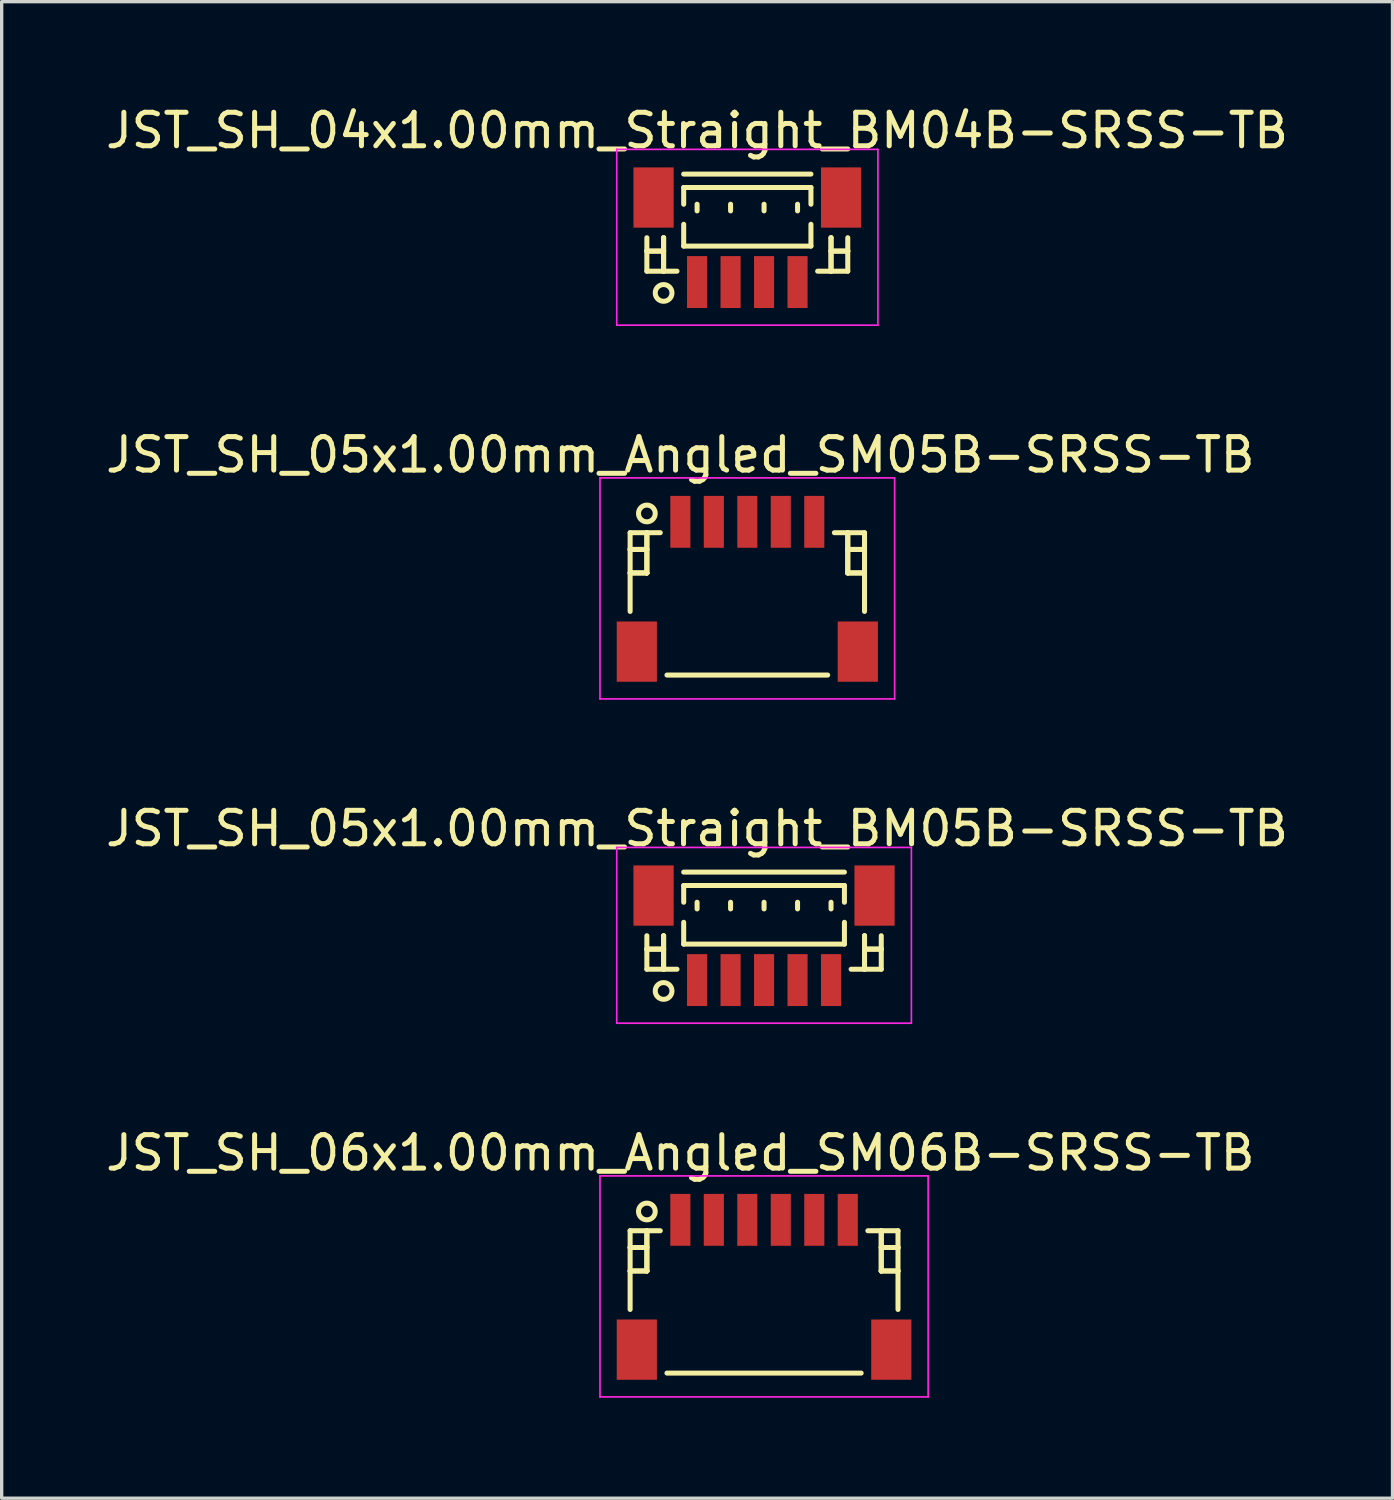
<source format=kicad_pcb>
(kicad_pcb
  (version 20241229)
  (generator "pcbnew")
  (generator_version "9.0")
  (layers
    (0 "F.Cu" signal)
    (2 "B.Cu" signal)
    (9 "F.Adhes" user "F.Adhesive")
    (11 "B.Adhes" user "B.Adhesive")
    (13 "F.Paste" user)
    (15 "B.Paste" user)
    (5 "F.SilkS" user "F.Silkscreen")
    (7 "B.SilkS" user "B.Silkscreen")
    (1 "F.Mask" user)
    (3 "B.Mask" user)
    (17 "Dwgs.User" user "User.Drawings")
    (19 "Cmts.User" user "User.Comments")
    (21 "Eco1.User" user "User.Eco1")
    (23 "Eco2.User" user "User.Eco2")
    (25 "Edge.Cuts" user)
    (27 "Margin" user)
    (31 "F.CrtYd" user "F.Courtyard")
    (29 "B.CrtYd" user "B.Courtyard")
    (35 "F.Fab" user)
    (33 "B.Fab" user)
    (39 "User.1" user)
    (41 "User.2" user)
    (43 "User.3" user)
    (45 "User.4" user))
  (footprint "JST_SH_05x1.00mm_Angled_SM05B-SRSS-TB"
    (layer "F.Cu")
    (at 19.268 14.472)
    (property "Reference" "JST_SH_05x1.00mm_Angled_SM05B-SRSS-TB" (at -2 -3.938 0) (layer "F.SilkS") (effects (font (size 1 1) (thickness 0.15))))
    (attr smd)
    (fp_line (start -3.5 -1.613) (end -2.6 -1.613) (stroke (width 0.15) (type solid)) (layer "F.SilkS"))
    (fp_line (start -3.5 -1.113) (end -3.5 -1.113) (stroke (width 0.15) (type solid)) (layer "F.SilkS"))
    (fp_line (start -3.5 -1.113) (end -3 -1.113) (stroke (width 0.15) (type solid)) (layer "F.SilkS"))
    (fp_line (start -3.5 -0.412) (end -3.5 -0.412) (stroke (width 0.15) (type solid)) (layer "F.SilkS"))
    (fp_line (start -3.5 -0.412) (end -3 -0.412) (stroke (width 0.15) (type solid)) (layer "F.SilkS"))
    (fp_line (start -3.5 0.738) (end -3.5 -1.613) (stroke (width 0.15) (type solid)) (layer "F.SilkS"))
    (fp_line (start -3 -1.613) (end -3 -1.613) (stroke (width 0.15) (type solid)) (layer "F.SilkS"))
    (fp_line (start -3 -1.613) (end -3 -0.412) (stroke (width 0.15) (type solid)) (layer "F.SilkS"))
    (fp_line (start -3 -1.113) (end -3.5 -1.113) (stroke (width 0.15) (type solid)) (layer "F.SilkS"))
    (fp_line (start -3 -1.113) (end -3 -1.113) (stroke (width 0.15) (type solid)) (layer "F.SilkS"))
    (fp_line (start -3 -0.412) (end -3.5 -0.412) (stroke (width 0.15) (type solid)) (layer "F.SilkS"))
    (fp_line (start -3 -0.412) (end -3 -1.613) (stroke (width 0.15) (type solid)) (layer "F.SilkS"))
    (fp_line (start -3 -0.412) (end -3 -0.412) (stroke (width 0.15) (type solid)) (layer "F.SilkS"))
    (fp_line (start -3 -0.412) (end -3 -0.412) (stroke (width 0.15) (type solid)) (layer "F.SilkS"))
    (fp_line (start -2.4 2.638) (end 2.4 2.638) (stroke (width 0.15) (type solid)) (layer "F.SilkS"))
    (fp_line (start 3 -1.613) (end 3 -1.613) (stroke (width 0.15) (type solid)) (layer "F.SilkS"))
    (fp_line (start 3 -1.613) (end 3 -0.412) (stroke (width 0.15) (type solid)) (layer "F.SilkS"))
    (fp_line (start 3 -1.113) (end 3 -1.113) (stroke (width 0.15) (type solid)) (layer "F.SilkS"))
    (fp_line (start 3 -1.113) (end 3.5 -1.113) (stroke (width 0.15) (type solid)) (layer "F.SilkS"))
    (fp_line (start 3 -0.412) (end 3 -1.613) (stroke (width 0.15) (type solid)) (layer "F.SilkS"))
    (fp_line (start 3 -0.412) (end 3 -0.412) (stroke (width 0.15) (type solid)) (layer "F.SilkS"))
    (fp_line (start 3 -0.412) (end 3 -0.412) (stroke (width 0.15) (type solid)) (layer "F.SilkS"))
    (fp_line (start 3 -0.412) (end 3.5 -0.412) (stroke (width 0.15) (type solid)) (layer "F.SilkS"))
    (fp_line (start 3.5 -1.613) (end 2.6 -1.613) (stroke (width 0.15) (type solid)) (layer "F.SilkS"))
    (fp_line (start 3.5 -1.113) (end 3 -1.113) (stroke (width 0.15) (type solid)) (layer "F.SilkS"))
    (fp_line (start 3.5 -1.113) (end 3.5 -1.113) (stroke (width 0.15) (type solid)) (layer "F.SilkS"))
    (fp_line (start 3.5 -0.412) (end 3 -0.412) (stroke (width 0.15) (type solid)) (layer "F.SilkS"))
    (fp_line (start 3.5 -0.412) (end 3.5 -0.412) (stroke (width 0.15) (type solid)) (layer "F.SilkS"))
    (fp_line (start 3.5 0.738) (end 3.5 -1.613) (stroke (width 0.15) (type solid)) (layer "F.SilkS"))
    (fp_circle (center -3 -2.188) (end -2.75 -2.188) (stroke (width 0.15) (type solid)) (fill no) (layer "F.SilkS"))
    (fp_line (start -4.4 -3.25) (end 4.4 -3.25) (stroke (width 0.05) (type solid)) (layer "F.CrtYd"))
    (fp_line (start -4.4 3.35) (end -4.4 -3.25) (stroke (width 0.05) (type solid)) (layer "F.CrtYd"))
    (fp_line (start 4.4 -3.25) (end 4.4 3.35) (stroke (width 0.05) (type solid)) (layer "F.CrtYd"))
    (fp_line (start 4.4 3.35) (end -4.4 3.35) (stroke (width 0.05) (type solid)) (layer "F.CrtYd"))
    (pad "" smd rect (at -3.3 1.938) (size 1.2 1.8) (layers "F.Cu" "F.Mask" "F.Paste"))
    (pad "" smd rect (at 3.3 1.938) (size 1.2 1.8) (layers "F.Cu" "F.Mask" "F.Paste"))
    (pad "1" smd rect (at -2 -1.938) (size 0.6 1.55) (layers "F.Cu" "F.Mask" "F.Paste"))
    (pad "2" smd rect (at -1 -1.938) (size 0.6 1.55) (layers "F.Cu" "F.Mask" "F.Paste"))
    (pad "3" smd rect (at 0 -1.938) (size 0.6 1.55) (layers "F.Cu" "F.Mask" "F.Paste"))
    (pad "4" smd rect (at 1 -1.938) (size 0.6 1.55) (layers "F.Cu" "F.Mask" "F.Paste"))
    (pad "5" smd rect (at 2 -1.938) (size 0.6 1.55) (layers "F.Cu" "F.Mask" "F.Paste")))
  (footprint "JST_SH_06x1.00mm_Angled_SM06B-SRSS-TB"
    (layer "F.Cu")
    (at 19.768 35.318)
    (property "Reference" "JST_SH_06x1.00mm_Angled_SM06B-SRSS-TB" (at -2.5 -3.938 0) (layer "F.SilkS") (effects (font (size 1 1) (thickness 0.15))))
    (attr smd)
    (fp_line (start -4 -1.613) (end -3.1 -1.613) (stroke (width 0.15) (type solid)) (layer "F.SilkS"))
    (fp_line (start -4 -1.113) (end -4 -1.113) (stroke (width 0.15) (type solid)) (layer "F.SilkS"))
    (fp_line (start -4 -1.113) (end -3.5 -1.113) (stroke (width 0.15) (type solid)) (layer "F.SilkS"))
    (fp_line (start -4 -0.412) (end -4 -0.412) (stroke (width 0.15) (type solid)) (layer "F.SilkS"))
    (fp_line (start -4 -0.412) (end -3.5 -0.412) (stroke (width 0.15) (type solid)) (layer "F.SilkS"))
    (fp_line (start -4 0.738) (end -4 -1.613) (stroke (width 0.15) (type solid)) (layer "F.SilkS"))
    (fp_line (start -3.5 -1.613) (end -3.5 -1.613) (stroke (width 0.15) (type solid)) (layer "F.SilkS"))
    (fp_line (start -3.5 -1.613) (end -3.5 -0.412) (stroke (width 0.15) (type solid)) (layer "F.SilkS"))
    (fp_line (start -3.5 -1.113) (end -4 -1.113) (stroke (width 0.15) (type solid)) (layer "F.SilkS"))
    (fp_line (start -3.5 -1.113) (end -3.5 -1.113) (stroke (width 0.15) (type solid)) (layer "F.SilkS"))
    (fp_line (start -3.5 -0.412) (end -4 -0.412) (stroke (width 0.15) (type solid)) (layer "F.SilkS"))
    (fp_line (start -3.5 -0.412) (end -3.5 -1.613) (stroke (width 0.15) (type solid)) (layer "F.SilkS"))
    (fp_line (start -3.5 -0.412) (end -3.5 -0.412) (stroke (width 0.15) (type solid)) (layer "F.SilkS"))
    (fp_line (start -3.5 -0.412) (end -3.5 -0.412) (stroke (width 0.15) (type solid)) (layer "F.SilkS"))
    (fp_line (start -2.9 2.638) (end 2.9 2.638) (stroke (width 0.15) (type solid)) (layer "F.SilkS"))
    (fp_line (start 3.5 -1.613) (end 3.5 -1.613) (stroke (width 0.15) (type solid)) (layer "F.SilkS"))
    (fp_line (start 3.5 -1.613) (end 3.5 -0.412) (stroke (width 0.15) (type solid)) (layer "F.SilkS"))
    (fp_line (start 3.5 -1.113) (end 3.5 -1.113) (stroke (width 0.15) (type solid)) (layer "F.SilkS"))
    (fp_line (start 3.5 -1.113) (end 4 -1.113) (stroke (width 0.15) (type solid)) (layer "F.SilkS"))
    (fp_line (start 3.5 -0.412) (end 3.5 -1.613) (stroke (width 0.15) (type solid)) (layer "F.SilkS"))
    (fp_line (start 3.5 -0.412) (end 3.5 -0.412) (stroke (width 0.15) (type solid)) (layer "F.SilkS"))
    (fp_line (start 3.5 -0.412) (end 3.5 -0.412) (stroke (width 0.15) (type solid)) (layer "F.SilkS"))
    (fp_line (start 3.5 -0.412) (end 4 -0.412) (stroke (width 0.15) (type solid)) (layer "F.SilkS"))
    (fp_line (start 4 -1.613) (end 3.1 -1.613) (stroke (width 0.15) (type solid)) (layer "F.SilkS"))
    (fp_line (start 4 -1.113) (end 3.5 -1.113) (stroke (width 0.15) (type solid)) (layer "F.SilkS"))
    (fp_line (start 4 -1.113) (end 4 -1.113) (stroke (width 0.15) (type solid)) (layer "F.SilkS"))
    (fp_line (start 4 -0.412) (end 3.5 -0.412) (stroke (width 0.15) (type solid)) (layer "F.SilkS"))
    (fp_line (start 4 -0.412) (end 4 -0.412) (stroke (width 0.15) (type solid)) (layer "F.SilkS"))
    (fp_line (start 4 0.738) (end 4 -1.613) (stroke (width 0.15) (type solid)) (layer "F.SilkS"))
    (fp_circle (center -3.5 -2.188) (end -3.25 -2.188) (stroke (width 0.15) (type solid)) (fill no) (layer "F.SilkS"))
    (fp_line (start -4.9 -3.25) (end 4.9 -3.25) (stroke (width 0.05) (type solid)) (layer "F.CrtYd"))
    (fp_line (start -4.9 3.35) (end -4.9 -3.25) (stroke (width 0.05) (type solid)) (layer "F.CrtYd"))
    (fp_line (start 4.9 -3.25) (end 4.9 3.35) (stroke (width 0.05) (type solid)) (layer "F.CrtYd"))
    (fp_line (start 4.9 3.35) (end -4.9 3.35) (stroke (width 0.05) (type solid)) (layer "F.CrtYd"))
    (pad "" smd rect (at -3.8 1.938) (size 1.2 1.8) (layers "F.Cu" "F.Mask" "F.Paste"))
    (pad "" smd rect (at 3.8 1.938) (size 1.2 1.8) (layers "F.Cu" "F.Mask" "F.Paste"))
    (pad "1" smd rect (at -2.5 -1.938) (size 0.6 1.55) (layers "F.Cu" "F.Mask" "F.Paste"))
    (pad "2" smd rect (at -1.5 -1.938) (size 0.6 1.55) (layers "F.Cu" "F.Mask" "F.Paste"))
    (pad "3" smd rect (at -0.5 -1.938) (size 0.6 1.55) (layers "F.Cu" "F.Mask" "F.Paste"))
    (pad "4" smd rect (at 0.5 -1.938) (size 0.6 1.55) (layers "F.Cu" "F.Mask" "F.Paste"))
    (pad "5" smd rect (at 1.5 -1.938) (size 0.6 1.55) (layers "F.Cu" "F.Mask" "F.Paste"))
    (pad "6" smd rect (at 2.5 -1.938) (size 0.6 1.55) (layers "F.Cu" "F.Mask" "F.Paste")))
  (footprint "JST_SH_04x1.00mm_Straight_BM04B-SRSS-TB"
    (layer "F.Cu")
    (at 19.268 4.111)
    (property "Reference" "JST_SH_04x1.00mm_Straight_BM04B-SRSS-TB" (at -1.5 -3.263 0) (layer "F.SilkS") (effects (font (size 1 1) (thickness 0.15))))
    (attr smd)
    (fp_line (start -3 -0.062) (end -3 0.938) (stroke (width 0.15) (type solid)) (layer "F.SilkS"))
    (fp_line (start -3 0.338) (end -3 0.338) (stroke (width 0.15) (type solid)) (layer "F.SilkS"))
    (fp_line (start -3 0.338) (end -2.5 0.338) (stroke (width 0.15) (type solid)) (layer "F.SilkS"))
    (fp_line (start -3 0.938) (end -2.1 0.938) (stroke (width 0.15) (type solid)) (layer "F.SilkS"))
    (fp_line (start -2.5 -0.062) (end -2.5 -0.062) (stroke (width 0.15) (type solid)) (layer "F.SilkS"))
    (fp_line (start -2.5 -0.062) (end -2.5 0.938) (stroke (width 0.15) (type solid)) (layer "F.SilkS"))
    (fp_line (start -2.5 0.338) (end -3 0.338) (stroke (width 0.15) (type solid)) (layer "F.SilkS"))
    (fp_line (start -2.5 0.338) (end -2.5 0.338) (stroke (width 0.15) (type solid)) (layer "F.SilkS"))
    (fp_line (start -2.5 0.938) (end -2.5 -0.062) (stroke (width 0.15) (type solid)) (layer "F.SilkS"))
    (fp_line (start -2.5 0.938) (end -2.5 0.938) (stroke (width 0.15) (type solid)) (layer "F.SilkS"))
    (fp_line (start -1.9 -1.962) (end 1.9 -1.962) (stroke (width 0.15) (type solid)) (layer "F.SilkS"))
    (fp_line (start -1.9 -1.562) (end 1.9 -1.562) (stroke (width 0.15) (type solid)) (layer "F.SilkS"))
    (fp_line (start -1.9 -1.062) (end -1.9 -1.562) (stroke (width 0.15) (type solid)) (layer "F.SilkS"))
    (fp_line (start -1.9 -0.463) (end -1.9 0.188) (stroke (width 0.15) (type solid)) (layer "F.SilkS"))
    (fp_line (start -1.9 0.188) (end 1.9 0.188) (stroke (width 0.15) (type solid)) (layer "F.SilkS"))
    (fp_line (start -1.5 -1.062) (end -1.5 -0.863) (stroke (width 0.15) (type solid)) (layer "F.SilkS"))
    (fp_line (start -0.5 -1.062) (end -0.5 -0.863) (stroke (width 0.15) (type solid)) (layer "F.SilkS"))
    (fp_line (start 0.5 -1.062) (end 0.5 -0.863) (stroke (width 0.15) (type solid)) (layer "F.SilkS"))
    (fp_line (start 1.5 -1.062) (end 1.5 -0.863) (stroke (width 0.15) (type solid)) (layer "F.SilkS"))
    (fp_line (start 1.9 -1.562) (end 1.9 -1.062) (stroke (width 0.15) (type solid)) (layer "F.SilkS"))
    (fp_line (start 1.9 0.188) (end 1.9 -0.463) (stroke (width 0.15) (type solid)) (layer "F.SilkS"))
    (fp_line (start 2.5 -0.062) (end 2.5 -0.062) (stroke (width 0.15) (type solid)) (layer "F.SilkS"))
    (fp_line (start 2.5 -0.062) (end 2.5 0.938) (stroke (width 0.15) (type solid)) (layer "F.SilkS"))
    (fp_line (start 2.5 0.338) (end 2.5 0.338) (stroke (width 0.15) (type solid)) (layer "F.SilkS"))
    (fp_line (start 2.5 0.338) (end 3 0.338) (stroke (width 0.15) (type solid)) (layer "F.SilkS"))
    (fp_line (start 2.5 0.938) (end 2.5 -0.062) (stroke (width 0.15) (type solid)) (layer "F.SilkS"))
    (fp_line (start 2.5 0.938) (end 2.5 0.938) (stroke (width 0.15) (type solid)) (layer "F.SilkS"))
    (fp_line (start 3 -0.062) (end 3 0.938) (stroke (width 0.15) (type solid)) (layer "F.SilkS"))
    (fp_line (start 3 0.338) (end 2.5 0.338) (stroke (width 0.15) (type solid)) (layer "F.SilkS"))
    (fp_line (start 3 0.338) (end 3 0.338) (stroke (width 0.15) (type solid)) (layer "F.SilkS"))
    (fp_line (start 3 0.938) (end 2.1 0.938) (stroke (width 0.15) (type solid)) (layer "F.SilkS"))
    (fp_circle (center -2.5 1.587) (end -2.25 1.587) (stroke (width 0.15) (type solid)) (fill no) (layer "F.SilkS"))
    (fp_line (start -3.9 -2.7) (end 3.9 -2.7) (stroke (width 0.05) (type solid)) (layer "F.CrtYd"))
    (fp_line (start -3.9 2.55) (end -3.9 -2.7) (stroke (width 0.05) (type solid)) (layer "F.CrtYd"))
    (fp_line (start 3.9 -2.7) (end 3.9 2.55) (stroke (width 0.05) (type solid)) (layer "F.CrtYd"))
    (fp_line (start 3.9 2.55) (end -3.9 2.55) (stroke (width 0.05) (type solid)) (layer "F.CrtYd"))
    (pad "" smd rect (at -2.8 -1.262) (size 1.2 1.8) (layers "F.Cu" "F.Mask" "F.Paste"))
    (pad "" smd rect (at 2.8 -1.262) (size 1.2 1.8) (layers "F.Cu" "F.Mask" "F.Paste"))
    (pad "1" smd rect (at -1.5 1.262) (size 0.6 1.55) (layers "F.Cu" "F.Mask" "F.Paste"))
    (pad "2" smd rect (at -0.5 1.262) (size 0.6 1.55) (layers "F.Cu" "F.Mask" "F.Paste"))
    (pad "3" smd rect (at 0.5 1.262) (size 0.6 1.55) (layers "F.Cu" "F.Mask" "F.Paste"))
    (pad "4" smd rect (at 1.5 1.262) (size 0.6 1.55) (layers "F.Cu" "F.Mask" "F.Paste")))
  (footprint "JST_SH_05x1.00mm_Straight_BM05B-SRSS-TB"
    (layer "F.Cu")
    (at 19.768 24.957)
    (property "Reference" "JST_SH_05x1.00mm_Straight_BM05B-SRSS-TB" (at -2 -3.263 0) (layer "F.SilkS") (effects (font (size 1 1) (thickness 0.15))))
    (attr smd)
    (fp_line (start -3.5 -0.062) (end -3.5 0.938) (stroke (width 0.15) (type solid)) (layer "F.SilkS"))
    (fp_line (start -3.5 0.338) (end -3.5 0.338) (stroke (width 0.15) (type solid)) (layer "F.SilkS"))
    (fp_line (start -3.5 0.338) (end -3 0.338) (stroke (width 0.15) (type solid)) (layer "F.SilkS"))
    (fp_line (start -3.5 0.938) (end -2.6 0.938) (stroke (width 0.15) (type solid)) (layer "F.SilkS"))
    (fp_line (start -3 -0.062) (end -3 -0.062) (stroke (width 0.15) (type solid)) (layer "F.SilkS"))
    (fp_line (start -3 -0.062) (end -3 0.938) (stroke (width 0.15) (type solid)) (layer "F.SilkS"))
    (fp_line (start -3 0.338) (end -3.5 0.338) (stroke (width 0.15) (type solid)) (layer "F.SilkS"))
    (fp_line (start -3 0.338) (end -3 0.338) (stroke (width 0.15) (type solid)) (layer "F.SilkS"))
    (fp_line (start -3 0.938) (end -3 -0.062) (stroke (width 0.15) (type solid)) (layer "F.SilkS"))
    (fp_line (start -3 0.938) (end -3 0.938) (stroke (width 0.15) (type solid)) (layer "F.SilkS"))
    (fp_line (start -2.4 -1.962) (end 2.4 -1.962) (stroke (width 0.15) (type solid)) (layer "F.SilkS"))
    (fp_line (start -2.4 -1.562) (end 2.4 -1.562) (stroke (width 0.15) (type solid)) (layer "F.SilkS"))
    (fp_line (start -2.4 -1.062) (end -2.4 -1.562) (stroke (width 0.15) (type solid)) (layer "F.SilkS"))
    (fp_line (start -2.4 -0.463) (end -2.4 0.188) (stroke (width 0.15) (type solid)) (layer "F.SilkS"))
    (fp_line (start -2.4 0.188) (end 2.4 0.188) (stroke (width 0.15) (type solid)) (layer "F.SilkS"))
    (fp_line (start -2 -1.062) (end -2 -0.863) (stroke (width 0.15) (type solid)) (layer "F.SilkS"))
    (fp_line (start -1 -1.062) (end -1 -0.863) (stroke (width 0.15) (type solid)) (layer "F.SilkS"))
    (fp_line (start 0 -1.062) (end 0 -0.863) (stroke (width 0.15) (type solid)) (layer "F.SilkS"))
    (fp_line (start 1 -1.062) (end 1 -0.863) (stroke (width 0.15) (type solid)) (layer "F.SilkS"))
    (fp_line (start 2 -1.062) (end 2 -0.863) (stroke (width 0.15) (type solid)) (layer "F.SilkS"))
    (fp_line (start 2.4 -1.562) (end 2.4 -1.062) (stroke (width 0.15) (type solid)) (layer "F.SilkS"))
    (fp_line (start 2.4 0.188) (end 2.4 -0.463) (stroke (width 0.15) (type solid)) (layer "F.SilkS"))
    (fp_line (start 3 -0.062) (end 3 -0.062) (stroke (width 0.15) (type solid)) (layer "F.SilkS"))
    (fp_line (start 3 -0.062) (end 3 0.938) (stroke (width 0.15) (type solid)) (layer "F.SilkS"))
    (fp_line (start 3 0.338) (end 3 0.338) (stroke (width 0.15) (type solid)) (layer "F.SilkS"))
    (fp_line (start 3 0.338) (end 3.5 0.338) (stroke (width 0.15) (type solid)) (layer "F.SilkS"))
    (fp_line (start 3 0.938) (end 3 -0.062) (stroke (width 0.15) (type solid)) (layer "F.SilkS"))
    (fp_line (start 3 0.938) (end 3 0.938) (stroke (width 0.15) (type solid)) (layer "F.SilkS"))
    (fp_line (start 3.5 -0.062) (end 3.5 0.938) (stroke (width 0.15) (type solid)) (layer "F.SilkS"))
    (fp_line (start 3.5 0.338) (end 3 0.338) (stroke (width 0.15) (type solid)) (layer "F.SilkS"))
    (fp_line (start 3.5 0.338) (end 3.5 0.338) (stroke (width 0.15) (type solid)) (layer "F.SilkS"))
    (fp_line (start 3.5 0.938) (end 2.6 0.938) (stroke (width 0.15) (type solid)) (layer "F.SilkS"))
    (fp_circle (center -3 1.587) (end -2.75 1.587) (stroke (width 0.15) (type solid)) (fill no) (layer "F.SilkS"))
    (fp_line (start -4.4 -2.7) (end 4.4 -2.7) (stroke (width 0.05) (type solid)) (layer "F.CrtYd"))
    (fp_line (start -4.4 2.55) (end -4.4 -2.7) (stroke (width 0.05) (type solid)) (layer "F.CrtYd"))
    (fp_line (start 4.4 -2.7) (end 4.4 2.55) (stroke (width 0.05) (type solid)) (layer "F.CrtYd"))
    (fp_line (start 4.4 2.55) (end -4.4 2.55) (stroke (width 0.05) (type solid)) (layer "F.CrtYd"))
    (pad "" smd rect (at -3.3 -1.262) (size 1.2 1.8) (layers "F.Cu" "F.Mask" "F.Paste"))
    (pad "" smd rect (at 3.3 -1.262) (size 1.2 1.8) (layers "F.Cu" "F.Mask" "F.Paste"))
    (pad "1" smd rect (at -2 1.262) (size 0.6 1.55) (layers "F.Cu" "F.Mask" "F.Paste"))
    (pad "2" smd rect (at -1 1.262) (size 0.6 1.55) (layers "F.Cu" "F.Mask" "F.Paste"))
    (pad "3" smd rect (at 0 1.262) (size 0.6 1.55) (layers "F.Cu" "F.Mask" "F.Paste"))
    (pad "4" smd rect (at 1 1.262) (size 0.6 1.55) (layers "F.Cu" "F.Mask" "F.Paste"))
    (pad "5" smd rect (at 2 1.262) (size 0.6 1.55) (layers "F.Cu" "F.Mask" "F.Paste")))
  (gr_rect
    (start -3 -3)
    (end 38.536 41.693)
    (stroke (width 0.1) (type default))
    (fill no)
    (layer "Edge.Cuts")))
</source>
